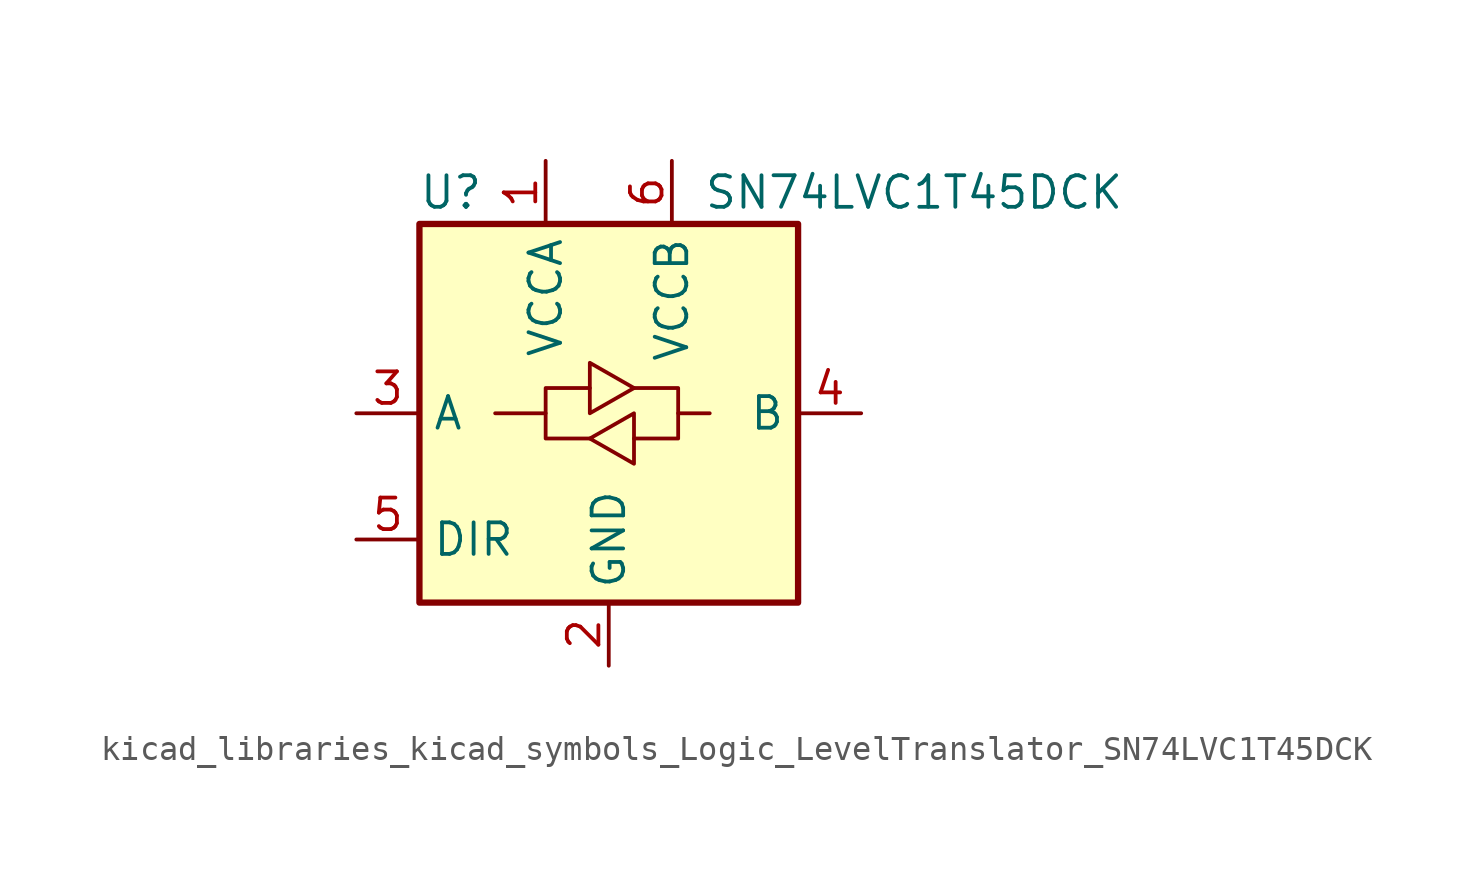
<source format=kicad_sym>
(kicad_symbol_lib
  (version 20220914)
  (generator kicad_symbol_editor)
  (symbol "kicad_libraries_kicad_symbols_Logic_LevelTranslator_SN74LVC1T45DCK"
    (property "Reference" "U"
      (at -6.35 8.89 0)
      (effects (font (size 1.27 1.27))))
    (property "Value" "SN74LVC1T45DCK"
      (at 3.81 8.89 0)
      (effects (font (size 1.27 1.27)) (justify left)))
    (symbol "kicad_libraries_kicad_symbols_Logic_LevelTranslator_SN74LVC1T45DCK_0_1"
      (rectangle (start -7.62 7.62) (end 7.62 -7.62) (stroke (width 0.254) (type default)) (fill (type background)))
      (polyline (pts (xy -2.54 0) (xy -2.54 1.016) (xy -0.762 1.016)) (stroke (width 0) (type default)) (fill (type none)))
      (polyline (pts (xy 2.794 0) (xy 2.794 -1.016) (xy 1.016 -1.016)) (stroke (width 0) (type default)) (fill (type none)))
      (polyline (pts (xy -0.762 -1.016) (xy -2.54 -1.016) (xy -2.54 0) (xy -4.572 0)) (stroke (width 0) (type default)) (fill (type none)))
      (polyline (pts (xy -0.762 0) (xy -0.762 2.032) (xy 1.016 1.016) (xy -0.762 0)) (stroke (width 0) (type default)) (fill (type none)))
      (polyline (pts (xy 1.016 1.016) (xy 2.794 1.016) (xy 2.794 0) (xy 4.064 0)) (stroke (width 0) (type default)) (fill (type none)))
      (polyline (pts (xy 1.016 0) (xy 1.016 -1.778) (xy 1.016 -2.032) (xy -0.762 -1.016) (xy 1.016 0)) (stroke (width 0) (type default)) (fill (type none))))
    (symbol "kicad_libraries_kicad_symbols_Logic_LevelTranslator_SN74LVC1T45DCK_1_1"
      (pin power_in line (at -2.54 10.16 270) (length 2.54) (name "VCCA" (effects (font (size 1.27 1.27)))) (number "1" (effects (font (size 1.27 1.27)))))
      (pin power_in line (at 0 -10.16 90) (length 2.54) (name "GND" (effects (font (size 1.27 1.27)))) (number "2" (effects (font (size 1.27 1.27)))))
      (pin bidirectional line (at -10.16 0 0) (length 2.54) (name "A" (effects (font (size 1.27 1.27)))) (number "3" (effects (font (size 1.27 1.27)))))
      (pin bidirectional line (at 10.16 0 180) (length 2.54) (name "B" (effects (font (size 1.27 1.27)))) (number "4" (effects (font (size 1.27 1.27)))))
      (pin input line (at -10.16 -5.08 0) (length 2.54) (name "DIR" (effects (font (size 1.27 1.27)))) (number "5" (effects (font (size 1.27 1.27)))))
      (pin power_in line (at 2.54 10.16 270) (length 2.54) (name "VCCB" (effects (font (size 1.27 1.27)))) (number "6" (effects (font (size 1.27 1.27))))))))
</source>
